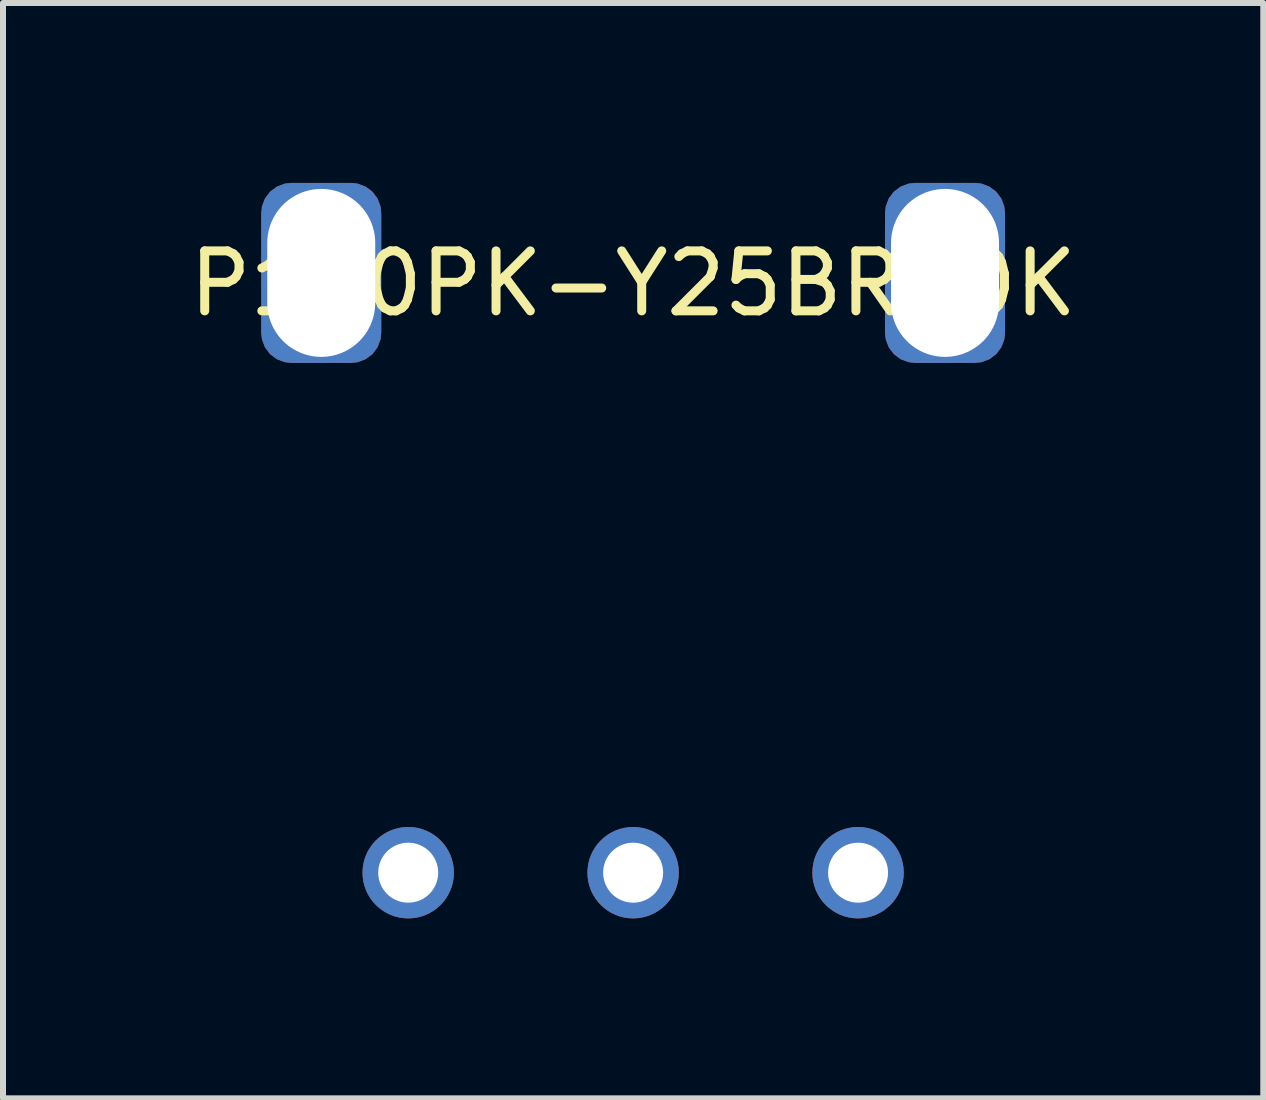
<source format=kicad_pcb>
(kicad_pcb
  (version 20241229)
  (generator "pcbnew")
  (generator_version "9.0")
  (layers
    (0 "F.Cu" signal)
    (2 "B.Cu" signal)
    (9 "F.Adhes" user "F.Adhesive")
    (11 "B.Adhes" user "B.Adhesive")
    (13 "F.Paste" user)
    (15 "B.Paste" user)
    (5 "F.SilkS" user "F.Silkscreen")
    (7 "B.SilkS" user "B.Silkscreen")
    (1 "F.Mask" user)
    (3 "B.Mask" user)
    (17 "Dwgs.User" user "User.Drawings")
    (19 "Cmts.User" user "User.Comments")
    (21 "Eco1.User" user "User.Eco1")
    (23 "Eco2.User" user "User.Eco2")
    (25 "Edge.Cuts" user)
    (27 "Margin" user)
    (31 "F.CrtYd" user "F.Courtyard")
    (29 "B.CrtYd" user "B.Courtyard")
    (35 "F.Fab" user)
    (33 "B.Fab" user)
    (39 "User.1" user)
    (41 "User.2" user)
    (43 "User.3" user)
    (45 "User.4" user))
  (footprint "P120PK-Y25BR10K"
    (layer "F.Cu")
    (at 7.506 1.5)
    (property "Reference" "P120PK-Y25BR10K" (at 0 0.178 0) (layer "F.SilkS") (effects (font (size 1 1) (thickness 0.15))))
    (attr through_hole)
    (pad "1" thru_hole circle (at -3.75 10) (size 1.524 1.524) (drill 1) (layers "*.Cu" "*.Mask"))
    (pad "2" thru_hole circle (at 0 10) (size 1.524 1.524) (drill 1) (layers "*.Cu" "*.Mask"))
    (pad "3" thru_hole circle (at 3.75 10) (size 1.524 1.524) (drill 1) (layers "*.Cu" "*.Mask"))
    (pad "4" thru_hole roundrect (at -5.2 0) (size 2 3) (drill oval 1.8 2.8) (layers "*.Cu" "*.Mask") (roundrect_rratio 0.25))
    (pad "4" thru_hole roundrect (at 5.2 0 180) (size 2 3) (drill oval 1.8 2.8) (layers "*.Cu" "*.Mask") (roundrect_rratio 0.25)))
  (gr_rect
    (start -3 -3)
    (end 18.012 15.262)
    (stroke (width 0.1) (type default))
    (fill no)
    (layer "Edge.Cuts")))
</source>
